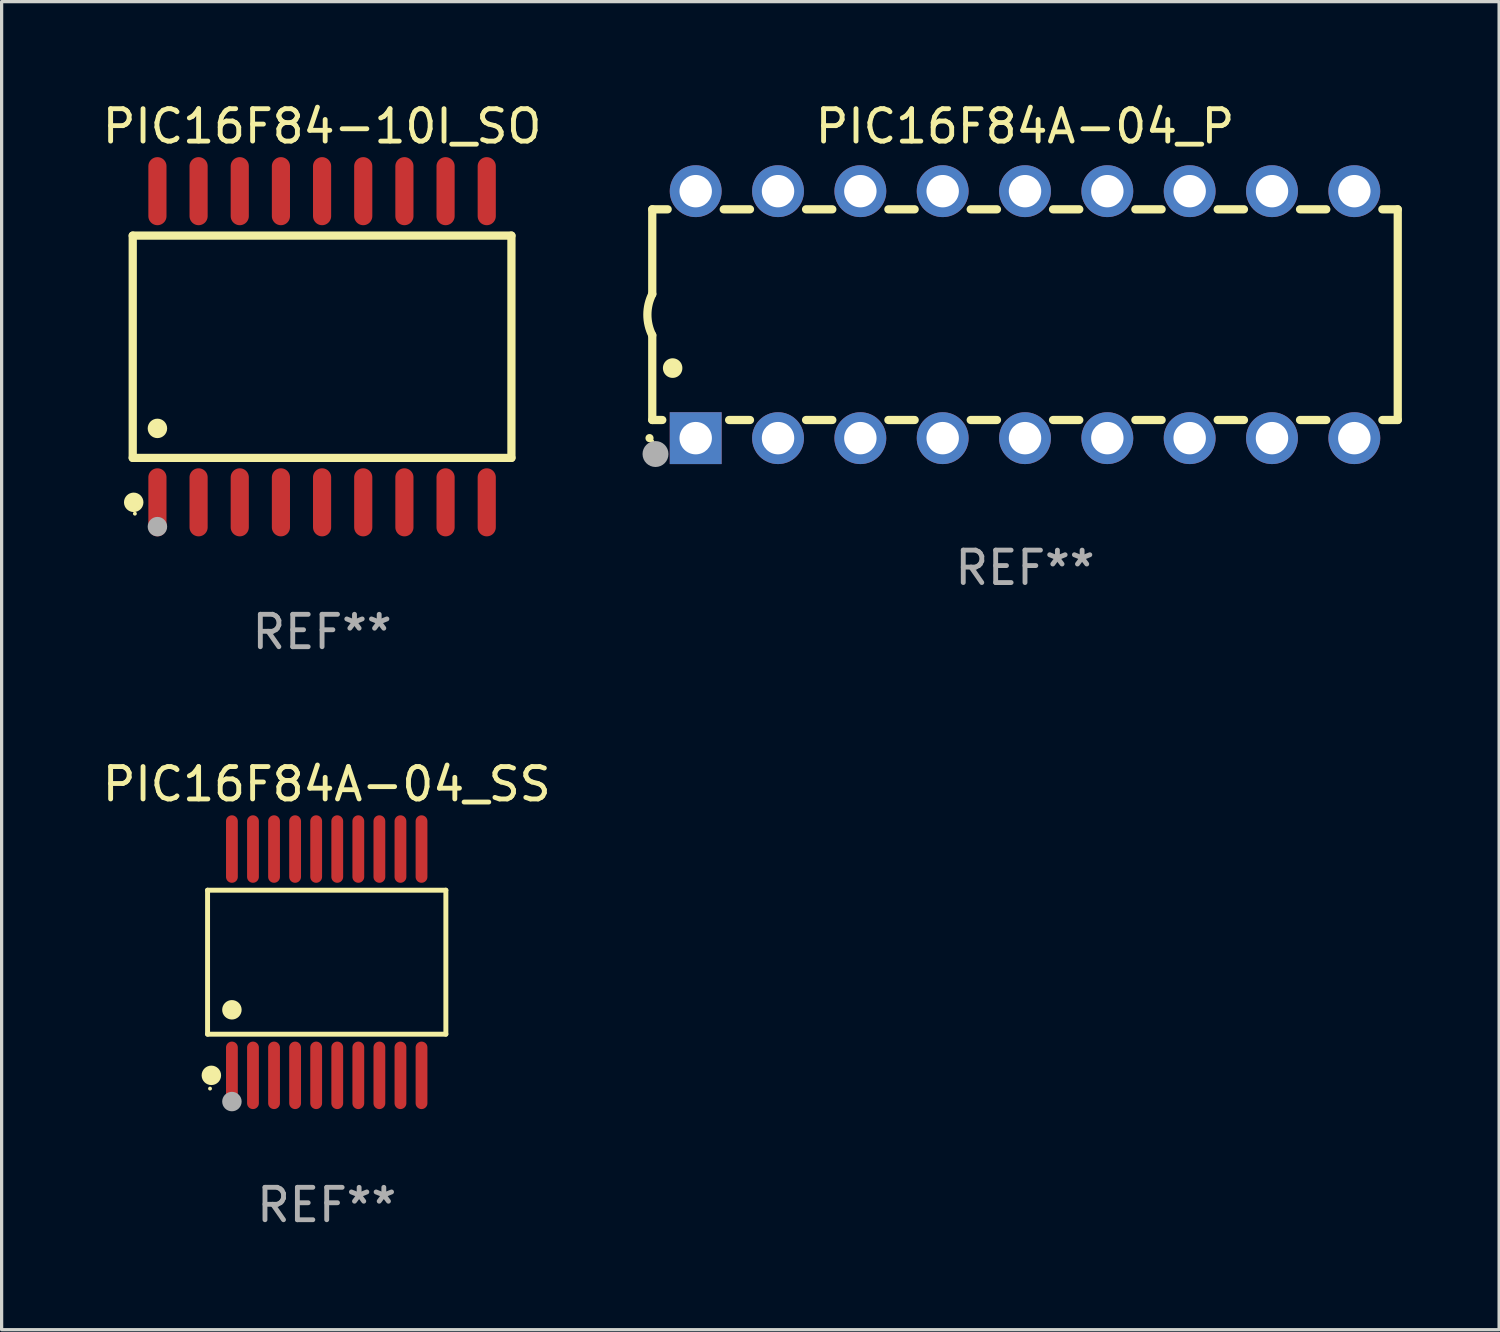
<source format=kicad_pcb>
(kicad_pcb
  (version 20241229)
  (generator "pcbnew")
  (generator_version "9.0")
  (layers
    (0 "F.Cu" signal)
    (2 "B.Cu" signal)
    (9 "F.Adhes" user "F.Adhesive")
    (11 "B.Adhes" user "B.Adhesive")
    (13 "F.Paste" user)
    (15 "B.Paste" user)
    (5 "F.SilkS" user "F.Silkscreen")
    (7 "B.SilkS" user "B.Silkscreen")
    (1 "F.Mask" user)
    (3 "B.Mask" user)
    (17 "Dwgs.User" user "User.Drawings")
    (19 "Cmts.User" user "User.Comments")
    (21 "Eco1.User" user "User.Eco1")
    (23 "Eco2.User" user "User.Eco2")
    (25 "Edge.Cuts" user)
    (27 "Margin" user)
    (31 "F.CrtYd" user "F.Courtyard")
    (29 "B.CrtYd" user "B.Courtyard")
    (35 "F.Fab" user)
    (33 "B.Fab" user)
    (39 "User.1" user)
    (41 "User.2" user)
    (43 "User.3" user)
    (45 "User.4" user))
  (footprint "PIC16F84-10I_SO"
    (layer "F.Cu")
    (at 6.887 7.648)
    (property "Reference" "PIC16F84-10I_SO" (at 0 -6.8 0) (layer "F.SilkS") (effects (font (size 1 1) (thickness 0.15))))
    (attr through_hole)
    (fp_line (start -5.842 -3.429) (end -5.842 3.429) (stroke (width 0.254) (type solid)) (layer "F.SilkS"))
    (fp_line (start -5.842 3.429) (end 5.842 3.429) (stroke (width 0.254) (type solid)) (layer "F.SilkS"))
    (fp_line (start 5.842 -3.429) (end -5.842 -3.429) (stroke (width 0.254) (type solid)) (layer "F.SilkS"))
    (fp_line (start 5.842 3.429) (end 5.842 -3.429) (stroke (width 0.254) (type solid)) (layer "F.SilkS"))
    (fp_circle (center -5.812 4.8) (end -5.662 4.8) (stroke (width 0.3) (type solid)) (fill no) (layer "F.SilkS"))
    (fp_circle (center -5.775 5.15) (end -5.745 5.15) (stroke (width 0.06) (type solid)) (fill no) (layer "F.SilkS"))
    (fp_circle (center -5.08 2.519) (end -4.93 2.519) (stroke (width 0.3) (type solid)) (fill no) (layer "F.SilkS"))
    (fp_circle (center -5.08 5.55) (end -4.93 5.55) (stroke (width 0.3) (type solid)) (fill no) (layer "F.Fab"))
    (fp_text user "REF**" (at 0 8.8 0) (layer "F.Fab") (effects (font (size 1 1) (thickness 0.15))))
    (pad "1" smd oval (at -5.08 4.8) (size 0.56 2.1) (layers "F.Cu" "F.Mask" "F.Paste"))
    (pad "2" smd oval (at -3.81 4.8) (size 0.56 2.1) (layers "F.Cu" "F.Mask" "F.Paste"))
    (pad "3" smd oval (at -2.54 4.8) (size 0.56 2.1) (layers "F.Cu" "F.Mask" "F.Paste"))
    (pad "4" smd oval (at -1.27 4.8) (size 0.56 2.1) (layers "F.Cu" "F.Mask" "F.Paste"))
    (pad "5" smd oval (at 0 4.8) (size 0.56 2.1) (layers "F.Cu" "F.Mask" "F.Paste"))
    (pad "6" smd oval (at 1.27 4.8) (size 0.56 2.1) (layers "F.Cu" "F.Mask" "F.Paste"))
    (pad "7" smd oval (at 2.54 4.8) (size 0.56 2.1) (layers "F.Cu" "F.Mask" "F.Paste"))
    (pad "8" smd oval (at 3.81 4.8) (size 0.56 2.1) (layers "F.Cu" "F.Mask" "F.Paste"))
    (pad "9" smd oval (at 5.08 4.8) (size 0.56 2.1) (layers "F.Cu" "F.Mask" "F.Paste"))
    (pad "10" smd oval (at 5.08 -4.8) (size 0.56 2.1) (layers "F.Cu" "F.Mask" "F.Paste"))
    (pad "11" smd oval (at 3.81 -4.8) (size 0.56 2.1) (layers "F.Cu" "F.Mask" "F.Paste"))
    (pad "12" smd oval (at 2.54 -4.8) (size 0.56 2.1) (layers "F.Cu" "F.Mask" "F.Paste"))
    (pad "13" smd oval (at 1.27 -4.8) (size 0.56 2.1) (layers "F.Cu" "F.Mask" "F.Paste"))
    (pad "14" smd oval (at 0 -4.8) (size 0.56 2.1) (layers "F.Cu" "F.Mask" "F.Paste"))
    (pad "15" smd oval (at -1.27 -4.8) (size 0.56 2.1) (layers "F.Cu" "F.Mask" "F.Paste"))
    (pad "16" smd oval (at -2.54 -4.8) (size 0.56 2.1) (layers "F.Cu" "F.Mask" "F.Paste"))
    (pad "17" smd oval (at -3.81 -4.8) (size 0.56 2.1) (layers "F.Cu" "F.Mask" "F.Paste"))
    (pad "18" smd oval (at -5.08 -4.8) (size 0.56 2.1) (layers "F.Cu" "F.Mask" "F.Paste")))
  (footprint "PIC16F84A-04_SS"
    (layer "F.Cu")
    (at 7.03 26.636)
    (property "Reference" "PIC16F84A-04_SS" (at 0 -5.491 0) (layer "F.SilkS") (effects (font (size 1 1) (thickness 0.15))))
    (attr through_hole)
    (fp_line (start -3.676 -2.221) (end 3.676 -2.221) (stroke (width 0.152) (type solid)) (layer "F.SilkS"))
    (fp_line (start -3.676 2.221) (end -3.676 -2.221) (stroke (width 0.152) (type solid)) (layer "F.SilkS"))
    (fp_line (start 3.676 -2.221) (end 3.676 2.221) (stroke (width 0.152) (type solid)) (layer "F.SilkS"))
    (fp_line (start 3.676 2.221) (end -3.676 2.221) (stroke (width 0.152) (type solid)) (layer "F.SilkS"))
    (fp_circle (center -3.6 3.9) (end -3.57 3.9) (stroke (width 0.06) (type solid)) (fill no) (layer "F.SilkS"))
    (fp_circle (center -3.559 3.491) (end -3.409 3.491) (stroke (width 0.3) (type solid)) (fill no) (layer "F.SilkS"))
    (fp_circle (center -2.925 1.469) (end -2.775 1.469) (stroke (width 0.3) (type solid)) (fill no) (layer "F.SilkS"))
    (fp_circle (center -2.925 4.3) (end -2.775 4.3) (stroke (width 0.3) (type solid)) (fill no) (layer "F.Fab"))
    (fp_text user "REF**" (at 0 7.491 0) (layer "F.Fab") (effects (font (size 1 1) (thickness 0.15))))
    (pad "1" smd oval (at -2.925 3.491) (size 0.364 2.082) (layers "F.Cu" "F.Mask" "F.Paste"))
    (pad "2" smd oval (at -2.275 3.491) (size 0.364 2.082) (layers "F.Cu" "F.Mask" "F.Paste"))
    (pad "3" smd oval (at -1.625 3.491) (size 0.364 2.082) (layers "F.Cu" "F.Mask" "F.Paste"))
    (pad "4" smd oval (at -0.975 3.491) (size 0.364 2.082) (layers "F.Cu" "F.Mask" "F.Paste"))
    (pad "5" smd oval (at -0.325 3.491) (size 0.364 2.082) (layers "F.Cu" "F.Mask" "F.Paste"))
    (pad "6" smd oval (at 0.325 3.491) (size 0.364 2.082) (layers "F.Cu" "F.Mask" "F.Paste"))
    (pad "7" smd oval (at 0.975 3.491) (size 0.364 2.082) (layers "F.Cu" "F.Mask" "F.Paste"))
    (pad "8" smd oval (at 1.625 3.491) (size 0.364 2.082) (layers "F.Cu" "F.Mask" "F.Paste"))
    (pad "9" smd oval (at 2.275 3.491) (size 0.364 2.082) (layers "F.Cu" "F.Mask" "F.Paste"))
    (pad "10" smd oval (at 2.925 3.491) (size 0.364 2.082) (layers "F.Cu" "F.Mask" "F.Paste"))
    (pad "11" smd oval (at 2.925 -3.491) (size 0.364 2.082) (layers "F.Cu" "F.Mask" "F.Paste"))
    (pad "12" smd oval (at 2.275 -3.491) (size 0.364 2.082) (layers "F.Cu" "F.Mask" "F.Paste"))
    (pad "13" smd oval (at 1.625 -3.491) (size 0.364 2.082) (layers "F.Cu" "F.Mask" "F.Paste"))
    (pad "14" smd oval (at 0.975 -3.491) (size 0.364 2.082) (layers "F.Cu" "F.Mask" "F.Paste"))
    (pad "15" smd oval (at 0.325 -3.491) (size 0.364 2.082) (layers "F.Cu" "F.Mask" "F.Paste"))
    (pad "16" smd oval (at -0.325 -3.491) (size 0.364 2.082) (layers "F.Cu" "F.Mask" "F.Paste"))
    (pad "17" smd oval (at -0.975 -3.491) (size 0.364 2.082) (layers "F.Cu" "F.Mask" "F.Paste"))
    (pad "18" smd oval (at -1.625 -3.491) (size 0.364 2.082) (layers "F.Cu" "F.Mask" "F.Paste"))
    (pad "19" smd oval (at -2.275 -3.491) (size 0.364 2.082) (layers "F.Cu" "F.Mask" "F.Paste"))
    (pad "20" smd oval (at -2.925 -3.491) (size 0.364 2.082) (layers "F.Cu" "F.Mask" "F.Paste")))
  (footprint "PIC16F84A-04_P"
    (layer "F.Cu")
    (at 28.574 6.658)
    (property "Reference" "PIC16F84A-04_P" (at 0 -5.81 0) (layer "F.SilkS") (effects (font (size 1 1) (thickness 0.15))))
    (attr through_hole)
    (fp_line (start -11.5 -3.25) (end -11.5 -0.635) (stroke (width 0.254) (type solid)) (layer "F.SilkS"))
    (fp_line (start -11.5 3.25) (end -11.5 0.635) (stroke (width 0.254) (type solid)) (layer "F.SilkS"))
    (fp_line (start -11.5 3.25) (end -11.191 3.25) (stroke (width 0.254) (type solid)) (layer "F.SilkS"))
    (fp_line (start -11.025 -3.25) (end -11.5 -3.25) (stroke (width 0.254) (type solid)) (layer "F.SilkS"))
    (fp_line (start -9.129 3.25) (end -8.485 3.25) (stroke (width 0.254) (type solid)) (layer "F.SilkS"))
    (fp_line (start -8.485 -3.25) (end -9.295 -3.25) (stroke (width 0.254) (type solid)) (layer "F.SilkS"))
    (fp_line (start -6.755 3.25) (end -5.945 3.25) (stroke (width 0.254) (type solid)) (layer "F.SilkS"))
    (fp_line (start -5.945 -3.25) (end -6.755 -3.25) (stroke (width 0.254) (type solid)) (layer "F.SilkS"))
    (fp_line (start -4.215 3.25) (end -3.405 3.25) (stroke (width 0.254) (type solid)) (layer "F.SilkS"))
    (fp_line (start -3.405 -3.25) (end -4.215 -3.25) (stroke (width 0.254) (type solid)) (layer "F.SilkS"))
    (fp_line (start -1.675 3.25) (end -0.865 3.25) (stroke (width 0.254) (type solid)) (layer "F.SilkS"))
    (fp_line (start -0.865 -3.25) (end -1.675 -3.25) (stroke (width 0.254) (type solid)) (layer "F.SilkS"))
    (fp_line (start 0.865 3.25) (end 1.675 3.25) (stroke (width 0.254) (type solid)) (layer "F.SilkS"))
    (fp_line (start 1.675 -3.25) (end 0.865 -3.25) (stroke (width 0.254) (type solid)) (layer "F.SilkS"))
    (fp_line (start 3.405 3.25) (end 4.215 3.25) (stroke (width 0.254) (type solid)) (layer "F.SilkS"))
    (fp_line (start 4.215 -3.25) (end 3.405 -3.25) (stroke (width 0.254) (type solid)) (layer "F.SilkS"))
    (fp_line (start 5.945 3.25) (end 6.755 3.25) (stroke (width 0.254) (type solid)) (layer "F.SilkS"))
    (fp_line (start 6.755 -3.25) (end 5.945 -3.25) (stroke (width 0.254) (type solid)) (layer "F.SilkS"))
    (fp_line (start 8.485 3.25) (end 9.295 3.25) (stroke (width 0.254) (type solid)) (layer "F.SilkS"))
    (fp_line (start 9.295 -3.25) (end 8.485 -3.25) (stroke (width 0.254) (type solid)) (layer "F.SilkS"))
    (fp_line (start 11.025 3.25) (end 11.5 3.25) (stroke (width 0.254) (type solid)) (layer "F.SilkS"))
    (fp_line (start 11.5 -3.25) (end 11.025 -3.25) (stroke (width 0.254) (type solid)) (layer "F.SilkS"))
    (fp_line (start 11.5 -3.25) (end 11.5 3.25) (stroke (width 0.254) (type solid)) (layer "F.SilkS"))
    (fp_arc (start -11.584963 3.810008) (mid -11.58497 3.808738) (end -11.584963 3.807468) (stroke (width 0.25) (type solid)) (layer "F.SilkS"))
    (fp_arc (start -11.501143 0.635001) (mid -11.650665 -0.000132) (end -11.500025 -0.635001) (stroke (width 0.254001) (type solid)) (layer "F.SilkS"))
    (fp_arc (start -10.871222 1.651003) (mid -10.871233 1.648463) (end -10.871222 1.645923) (stroke (width 0.6) (type solid)) (layer "F.SilkS"))
    (fp_circle (center -11.5 3.91) (end -11.47 3.91) (stroke (width 0.06) (type solid)) (fill no) (layer "F.SilkS"))
    (fp_circle (center -11.4 4.3) (end -11.2 4.3) (stroke (width 0.4) (type solid)) (fill no) (layer "F.Fab"))
    (fp_text user "REF**" (at 0 7.81 0) (layer "F.Fab") (effects (font (size 1 1) (thickness 0.15))))
    (pad "1" thru_hole rect (at -10.16 3.81 90) (size 1.6 1.6) (drill 1) (layers "*.Cu" "*.Mask"))
    (pad "2" thru_hole circle (at -7.62 3.81 90) (size 1.6 1.6) (drill 1) (layers "*.Cu" "*.Mask"))
    (pad "3" thru_hole circle (at -5.08 3.81 90) (size 1.6 1.6) (drill 1) (layers "*.Cu" "*.Mask"))
    (pad "4" thru_hole circle (at -2.54 3.81 90) (size 1.6 1.6) (drill 1) (layers "*.Cu" "*.Mask"))
    (pad "5" thru_hole circle (at 0 3.81 90) (size 1.6 1.6) (drill 1) (layers "*.Cu" "*.Mask"))
    (pad "6" thru_hole circle (at 2.54 3.81 90) (size 1.6 1.6) (drill 1) (layers "*.Cu" "*.Mask"))
    (pad "7" thru_hole circle (at 5.08 3.81 90) (size 1.6 1.6) (drill 1) (layers "*.Cu" "*.Mask"))
    (pad "8" thru_hole circle (at 7.62 3.81 90) (size 1.6 1.6) (drill 1) (layers "*.Cu" "*.Mask"))
    (pad "9" thru_hole circle (at 10.16 3.81 90) (size 1.6 1.6) (drill 1) (layers "*.Cu" "*.Mask"))
    (pad "10" thru_hole circle (at 10.16 -3.81 90) (size 1.6 1.6) (drill 1) (layers "*.Cu" "*.Mask"))
    (pad "11" thru_hole circle (at 7.62 -3.81 90) (size 1.6 1.6) (drill 1) (layers "*.Cu" "*.Mask"))
    (pad "12" thru_hole circle (at 5.08 -3.81 90) (size 1.6 1.6) (drill 1) (layers "*.Cu" "*.Mask"))
    (pad "13" thru_hole circle (at 2.54 -3.81 90) (size 1.6 1.6) (drill 1) (layers "*.Cu" "*.Mask"))
    (pad "14" thru_hole circle (at 0 -3.81 90) (size 1.6 1.6) (drill 1) (layers "*.Cu" "*.Mask"))
    (pad "15" thru_hole circle (at -2.54 -3.81 90) (size 1.6 1.6) (drill 1) (layers "*.Cu" "*.Mask"))
    (pad "16" thru_hole circle (at -5.08 -3.81 90) (size 1.6 1.6) (drill 1) (layers "*.Cu" "*.Mask"))
    (pad "17" thru_hole circle (at -7.62 -3.81 90) (size 1.6 1.6) (drill 1) (layers "*.Cu" "*.Mask"))
    (pad "18" thru_hole circle (at -10.16 -3.81 90) (size 1.6 1.6) (drill 1) (layers "*.Cu" "*.Mask")))
  (gr_rect
    (start -3 -3)
    (end 43.201 37.975)
    (stroke (width 0.1) (type default))
    (fill no)
    (layer "Edge.Cuts")))
</source>
